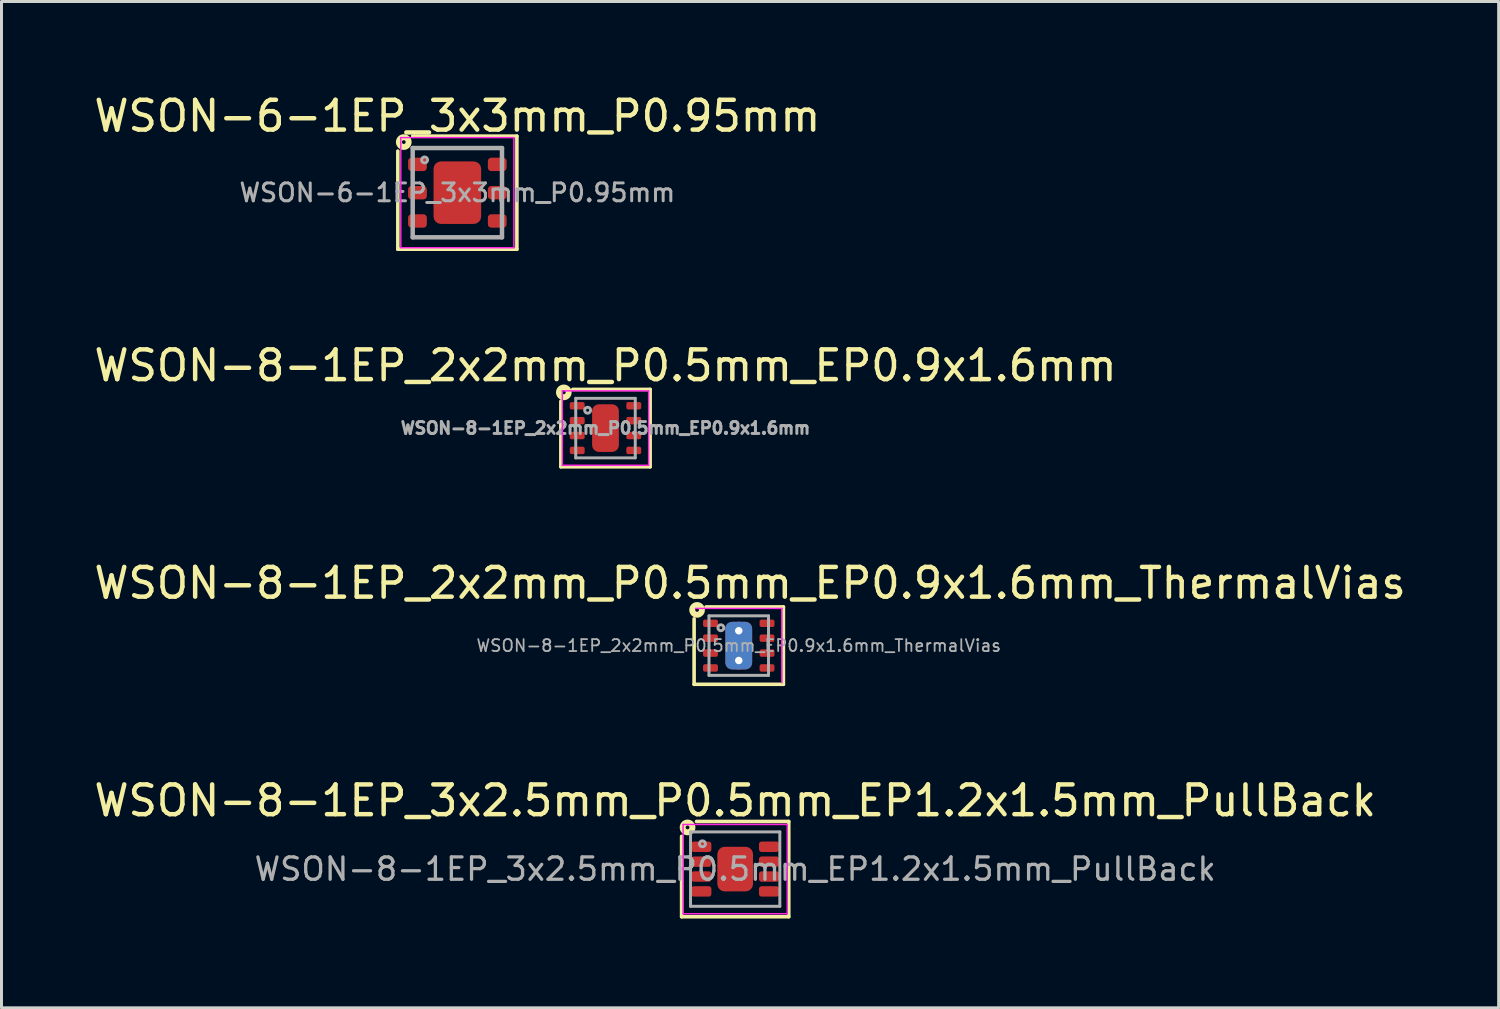
<source format=kicad_pcb>
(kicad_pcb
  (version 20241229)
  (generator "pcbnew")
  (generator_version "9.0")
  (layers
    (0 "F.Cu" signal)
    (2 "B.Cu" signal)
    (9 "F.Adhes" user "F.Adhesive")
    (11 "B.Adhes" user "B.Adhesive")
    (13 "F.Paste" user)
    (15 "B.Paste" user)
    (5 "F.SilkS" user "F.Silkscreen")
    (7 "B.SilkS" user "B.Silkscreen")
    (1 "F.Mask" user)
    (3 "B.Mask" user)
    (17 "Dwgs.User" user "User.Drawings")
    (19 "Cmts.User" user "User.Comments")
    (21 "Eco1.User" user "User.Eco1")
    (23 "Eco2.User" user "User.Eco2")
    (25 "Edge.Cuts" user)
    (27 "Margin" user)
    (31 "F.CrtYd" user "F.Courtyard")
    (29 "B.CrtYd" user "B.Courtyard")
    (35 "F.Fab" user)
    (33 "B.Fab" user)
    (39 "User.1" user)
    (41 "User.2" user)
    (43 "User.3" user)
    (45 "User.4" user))
  (footprint "WSON-8-1EP_2x2mm_P0.5mm_EP0.9x1.6mm_ThermalVias"
    (layer "F.Cu")
    (at 21.769 18.64)
    (property "Reference" "WSON-8-1EP_2x2mm_P0.5mm_EP0.9x1.6mm_ThermalVias" (at 0.38 -2.1 0) (layer "F.SilkS") (effects (font (size 1 1) (thickness 0.15))))
    (attr smd)
    (fp_line (start -1.5 1.3) (end -1.5 -0.9) (stroke (width 0.12) (type solid)) (layer "F.SilkS"))
    (fp_line (start -1.1 -1.3) (end 1.5 -1.3) (stroke (width 0.12) (type solid)) (layer "F.SilkS"))
    (fp_line (start 1.5 -1.3) (end 1.5 1.3) (stroke (width 0.12) (type solid)) (layer "F.SilkS"))
    (fp_line (start 1.5 1.3) (end -1.5 1.3) (stroke (width 0.12) (type solid)) (layer "F.SilkS"))
    (fp_circle (center -1.4 -1.2) (end -1.337 -1.2) (stroke (width 0.2) (type solid)) (fill no) (layer "F.SilkS"))
    (fp_line (start -1.45 -1.25) (end 1.45 -1.25) (stroke (width 0.05) (type solid)) (layer "F.CrtYd"))
    (fp_line (start 1.45 -1.25) (end 1.45 1.25) (stroke (width 0.05) (type solid)) (layer "F.CrtYd"))
    (fp_line (start -1 -1) (end 1 -1) (stroke (width 0.1) (type solid)) (layer "F.Fab"))
    (fp_line (start -1 1) (end -1 -1) (stroke (width 0.1) (type solid)) (layer "F.Fab"))
    (fp_line (start 1 -1) (end 1 1) (stroke (width 0.1) (type solid)) (layer "F.Fab"))
    (fp_line (start 1 1) (end -1 1) (stroke (width 0.1) (type solid)) (layer "F.Fab"))
    (fp_circle (center -0.6 -0.6) (end -0.5 -0.6) (stroke (width 0.1) (type solid)) (fill no) (layer "F.Fab"))
    (fp_text user "${REFERENCE}" (at 0 0 0) (layer "F.Fab") (effects (font (size 0.4 0.4) (thickness 0.06))))
    (pad "" smd roundrect (at 0 -0.4) (size 0.75 0.65) (layers "F.Paste") (roundrect_rratio 0.25))
    (pad "" smd roundrect (at 0 0.4) (size 0.75 0.65) (layers "F.Paste") (roundrect_rratio 0.25))
    (pad "1" smd roundrect (at -0.95 -0.75) (size 0.5 0.25) (layers "F.Cu" "F.Mask" "F.Paste") (roundrect_rratio 0.25))
    (pad "2" smd roundrect (at -0.95 -0.25) (size 0.5 0.25) (layers "F.Cu" "F.Mask" "F.Paste") (roundrect_rratio 0.25))
    (pad "3" smd roundrect (at -0.95 0.25) (size 0.5 0.25) (layers "F.Cu" "F.Mask" "F.Paste") (roundrect_rratio 0.25))
    (pad "4" smd roundrect (at -0.95 0.75) (size 0.5 0.25) (layers "F.Cu" "F.Mask" "F.Paste") (roundrect_rratio 0.25))
    (pad "5" smd roundrect (at 0.95 0.75) (size 0.5 0.25) (layers "F.Cu" "F.Mask" "F.Paste") (roundrect_rratio 0.25))
    (pad "6" smd roundrect (at 0.95 0.25) (size 0.5 0.25) (layers "F.Cu" "F.Mask" "F.Paste") (roundrect_rratio 0.25))
    (pad "7" smd roundrect (at 0.95 -0.25) (size 0.5 0.25) (layers "F.Cu" "F.Mask" "F.Paste") (roundrect_rratio 0.25))
    (pad "8" smd roundrect (at 0.95 -0.75) (size 0.5 0.25) (layers "F.Cu" "F.Mask" "F.Paste") (roundrect_rratio 0.25))
    (pad "9" thru_hole circle (at 0 -0.5) (size 0.6 0.6) (drill 0.25) (property pad_prop_heatsink) (layers "*.Cu"))
    (pad "9" smd roundrect (at 0 0) (size 0.9 1.6) (layers "F.Cu" "F.Mask") (roundrect_rratio 0.25))
    (pad "9" smd roundrect (at 0 0) (size 0.9 1.6) (layers "B.Cu" "B.Mask") (roundrect_rratio 0.25))
    (pad "9" thru_hole circle (at 0 0.5) (size 0.6 0.6) (drill 0.25) (property pad_prop_heatsink) (layers "*.Cu")))
  (footprint "WSON-6-1EP_3x3mm_P0.95mm"
    (layer "F.Cu")
    (at 12.315 3.423)
    (property "Reference" "WSON-6-1EP_3x3mm_P0.95mm" (at 0 -2.575 0) (layer "F.SilkS") (effects (font (size 1 1) (thickness 0.15))))
    (attr smd)
    (fp_line (start -2 1.9) (end -2 -1.397) (stroke (width 0.12) (type solid)) (layer "F.SilkS"))
    (fp_line (start -1.5 -1.9) (end 2 -1.9) (stroke (width 0.12) (type solid)) (layer "F.SilkS"))
    (fp_line (start 2 -1.9) (end 2 1.9) (stroke (width 0.12) (type solid)) (layer "F.SilkS"))
    (fp_line (start 2 1.9) (end -2 1.9) (stroke (width 0.12) (type solid)) (layer "F.SilkS"))
    (fp_circle (center -1.8 -1.7) (end -1.736 -1.7) (stroke (width 0.2) (type solid)) (fill no) (layer "F.SilkS"))
    (fp_line (start -1.9 -1.85) (end -1.9 1.85) (stroke (width 0.05) (type solid)) (layer "F.CrtYd"))
    (fp_line (start -1.9 -1.85) (end 1.9 -1.85) (stroke (width 0.05) (type solid)) (layer "F.CrtYd"))
    (fp_line (start -1.9 1.85) (end 1.9 1.85) (stroke (width 0.05) (type solid)) (layer "F.CrtYd"))
    (fp_line (start 1.9 -1.85) (end 1.9 1.85) (stroke (width 0.05) (type solid)) (layer "F.CrtYd"))
    (fp_line (start -1.5 -1.5) (end 1.5 -1.5) (stroke (width 0.15) (type solid)) (layer "F.Fab"))
    (fp_line (start -1.5 1.5) (end -1.5 -1.5) (stroke (width 0.15) (type solid)) (layer "F.Fab"))
    (fp_line (start 1.5 -1.5) (end 1.5 1.5) (stroke (width 0.15) (type solid)) (layer "F.Fab"))
    (fp_line (start 1.5 1.5) (end -1.5 1.5) (stroke (width 0.15) (type solid)) (layer "F.Fab"))
    (fp_circle (center -1.1 -1.1) (end -1 -1.1) (stroke (width 0.1) (type solid)) (fill no) (layer "F.Fab"))
    (fp_text user "${REFERENCE}" (at 0 0 0) (layer "F.Fab") (effects (font (size 0.6 0.6) (thickness 0.1))))
    (pad "" smd roundrect (at -0.4 -0.5 90) (size 0.8 0.6) (layers "F.Paste") (roundrect_rratio 0.25))
    (pad "" smd roundrect (at -0.4 0.5 90) (size 0.8 0.6) (layers "F.Paste") (roundrect_rratio 0.25))
    (pad "" smd roundrect (at 0.4 -0.5 90) (size 0.8 0.6) (layers "F.Paste") (roundrect_rratio 0.25))
    (pad "" smd roundrect (at 0.4 0.5 90) (size 0.8 0.6) (layers "F.Paste") (roundrect_rratio 0.25))
    (pad "1" smd roundrect (at -1.34 -0.95) (size 0.63 0.45) (layers "F.Cu" "F.Mask" "F.Paste") (roundrect_rratio 0.25))
    (pad "2" smd roundrect (at -1.34 0) (size 0.63 0.45) (layers "F.Cu" "F.Mask" "F.Paste") (roundrect_rratio 0.25))
    (pad "3" smd roundrect (at -1.34 0.95) (size 0.63 0.45) (layers "F.Cu" "F.Mask" "F.Paste") (roundrect_rratio 0.25))
    (pad "4" smd roundrect (at 1.34 0.95) (size 0.63 0.45) (layers "F.Cu" "F.Mask" "F.Paste") (roundrect_rratio 0.25))
    (pad "5" smd roundrect (at 1.34 0) (size 0.63 0.45) (layers "F.Cu" "F.Mask" "F.Paste") (roundrect_rratio 0.25))
    (pad "6" smd roundrect (at 1.34 -0.95) (size 0.63 0.45) (layers "F.Cu" "F.Mask" "F.Paste") (roundrect_rratio 0.25))
    (pad "7" smd roundrect (at 0 0 90) (size 2.1 1.6) (layers "F.Cu" "F.Mask") (roundrect_rratio 0.156)))
  (footprint "WSON-8-1EP_3x2.5mm_P0.5mm_EP1.2x1.5mm_PullBack"
    (layer "F.Cu")
    (at 21.649 26.148)
    (property "Reference" "WSON-8-1EP_3x2.5mm_P0.5mm_EP1.2x1.5mm_PullBack" (at 0 -2.3 0) (layer "F.SilkS") (effects (font (size 1 1) (thickness 0.15))))
    (attr smd)
    (fp_line (start -1.8 1.6) (end -1.8 -1.1) (stroke (width 0.12) (type solid)) (layer "F.SilkS"))
    (fp_line (start -1.3 -1.6) (end 1.8 -1.6) (stroke (width 0.12) (type solid)) (layer "F.SilkS"))
    (fp_line (start 1.8 -1.6) (end 1.8 1.6) (stroke (width 0.12) (type solid)) (layer "F.SilkS"))
    (fp_line (start 1.8 1.6) (end -1.8 1.6) (stroke (width 0.12) (type solid)) (layer "F.SilkS"))
    (fp_circle (center -1.6 -1.4) (end -1.536 -1.4) (stroke (width 0.2) (type solid)) (fill no) (layer "F.SilkS"))
    (fp_line (start -1.75 -1.5) (end -1.75 1.5) (stroke (width 0.05) (type solid)) (layer "F.CrtYd"))
    (fp_line (start -1.75 1.5) (end 1.75 1.5) (stroke (width 0.05) (type solid)) (layer "F.CrtYd"))
    (fp_line (start 1.75 -1.5) (end -1.75 -1.5) (stroke (width 0.05) (type solid)) (layer "F.CrtYd"))
    (fp_line (start 1.75 1.5) (end 1.75 -1.5) (stroke (width 0.05) (type solid)) (layer "F.CrtYd"))
    (fp_line (start -1.5 -1.25) (end 1.5 -1.25) (stroke (width 0.1) (type solid)) (layer "F.Fab"))
    (fp_line (start -1.5 1.25) (end -1.5 -1.25) (stroke (width 0.1) (type solid)) (layer "F.Fab"))
    (fp_line (start 1.5 -1.25) (end 1.5 1.25) (stroke (width 0.1) (type solid)) (layer "F.Fab"))
    (fp_line (start 1.5 1.25) (end -1.5 1.25) (stroke (width 0.1) (type solid)) (layer "F.Fab"))
    (fp_circle (center -1.1 -0.85) (end -1 -0.85) (stroke (width 0.1) (type solid)) (fill no) (layer "F.Fab"))
    (fp_text user "${REFERENCE}" (at 0 0 0) (layer "F.Fab") (effects (font (size 0.75 0.75) (thickness 0.11))))
    (pad "" smd roundrect (at -0.3 -0.375) (size 0.48 0.6) (layers "F.Paste") (roundrect_rratio 0.25))
    (pad "" smd roundrect (at -0.3 0.375) (size 0.48 0.6) (layers "F.Paste") (roundrect_rratio 0.25))
    (pad "" smd roundrect (at 0.3 -0.375) (size 0.48 0.6) (layers "F.Paste") (roundrect_rratio 0.25))
    (pad "" smd roundrect (at 0.3 0.375) (size 0.48 0.6) (layers "F.Paste") (roundrect_rratio 0.25))
    (pad "1" smd roundrect (at -1.137 -0.75) (size 0.675 0.35) (layers "F.Cu" "F.Mask" "F.Paste") (roundrect_rratio 0.25))
    (pad "2" smd roundrect (at -1.137 -0.25) (size 0.675 0.35) (layers "F.Cu" "F.Mask" "F.Paste") (roundrect_rratio 0.25))
    (pad "3" smd roundrect (at -1.137 0.25) (size 0.675 0.35) (layers "F.Cu" "F.Mask" "F.Paste") (roundrect_rratio 0.25))
    (pad "4" smd roundrect (at -1.137 0.75) (size 0.675 0.35) (layers "F.Cu" "F.Mask" "F.Paste") (roundrect_rratio 0.25))
    (pad "5" smd roundrect (at 1.137 0.75) (size 0.675 0.35) (layers "F.Cu" "F.Mask" "F.Paste") (roundrect_rratio 0.25))
    (pad "6" smd roundrect (at 1.137 0.25) (size 0.675 0.35) (layers "F.Cu" "F.Mask" "F.Paste") (roundrect_rratio 0.25))
    (pad "7" smd roundrect (at 1.137 -0.25) (size 0.675 0.35) (layers "F.Cu" "F.Mask" "F.Paste") (roundrect_rratio 0.25))
    (pad "8" smd roundrect (at 1.137 -0.75) (size 0.675 0.35) (layers "F.Cu" "F.Mask" "F.Paste") (roundrect_rratio 0.25))
    (pad "9" smd roundrect (at 0 0) (size 1.2 1.5) (layers "F.Cu" "F.Mask") (roundrect_rratio 0.208)))
  (footprint "WSON-8-1EP_2x2mm_P0.5mm_EP0.9x1.6mm"
    (layer "F.Cu")
    (at 17.292 11.332)
    (property "Reference" "WSON-8-1EP_2x2mm_P0.5mm_EP0.9x1.6mm" (at 0 -2.1 0) (layer "F.SilkS") (effects (font (size 1 1) (thickness 0.15))))
    (attr smd)
    (fp_line (start -1.5 1.3) (end -1.5 -0.9) (stroke (width 0.12) (type solid)) (layer "F.SilkS"))
    (fp_line (start -1.1 -1.3) (end 1.5 -1.3) (stroke (width 0.12) (type solid)) (layer "F.SilkS"))
    (fp_line (start 1.5 -1.3) (end 1.5 1.3) (stroke (width 0.12) (type solid)) (layer "F.SilkS"))
    (fp_line (start 1.5 1.3) (end -1.5 1.3) (stroke (width 0.12) (type solid)) (layer "F.SilkS"))
    (fp_circle (center -1.4 -1.2) (end -1.337 -1.2) (stroke (width 0.2) (type solid)) (fill no) (layer "F.SilkS"))
    (fp_line (start -1.45 -1.25) (end -1.45 1.25) (stroke (width 0.05) (type solid)) (layer "F.CrtYd"))
    (fp_line (start -1.45 -1.25) (end 1.45 -1.25) (stroke (width 0.05) (type solid)) (layer "F.CrtYd"))
    (fp_line (start -1.45 1.25) (end 1.45 1.25) (stroke (width 0.05) (type solid)) (layer "F.CrtYd"))
    (fp_line (start 1.45 -1.25) (end 1.45 1.25) (stroke (width 0.05) (type solid)) (layer "F.CrtYd"))
    (fp_line (start -1 -1) (end 1 -1) (stroke (width 0.1) (type solid)) (layer "F.Fab"))
    (fp_line (start -1 1) (end -1 -1) (stroke (width 0.1) (type solid)) (layer "F.Fab"))
    (fp_line (start 1 -1) (end 1 1) (stroke (width 0.1) (type solid)) (layer "F.Fab"))
    (fp_line (start 1 1) (end -1 1) (stroke (width 0.1) (type solid)) (layer "F.Fab"))
    (fp_circle (center -0.6 -0.6) (end -0.5 -0.6) (stroke (width 0.1) (type solid)) (fill no) (layer "F.Fab"))
    (fp_text user "${REFERENCE}" (at 0 0 0) (layer "F.Fab") (effects (font (size 0.4 0.4) (thickness 0.15))))
    (pad "" smd roundrect (at 0 -0.4) (size 0.75 0.65) (layers "F.Paste") (roundrect_rratio 0.25))
    (pad "" smd roundrect (at 0 0.4) (size 0.75 0.65) (layers "F.Paste") (roundrect_rratio 0.25))
    (pad "1" smd roundrect (at -0.95 -0.75) (size 0.5 0.25) (layers "F.Cu" "F.Mask" "F.Paste") (roundrect_rratio 0.25))
    (pad "2" smd roundrect (at -0.95 -0.25) (size 0.5 0.25) (layers "F.Cu" "F.Mask" "F.Paste") (roundrect_rratio 0.25))
    (pad "3" smd roundrect (at -0.95 0.25) (size 0.5 0.25) (layers "F.Cu" "F.Mask" "F.Paste") (roundrect_rratio 0.25))
    (pad "4" smd roundrect (at -0.95 0.75) (size 0.5 0.25) (layers "F.Cu" "F.Mask" "F.Paste") (roundrect_rratio 0.25))
    (pad "5" smd roundrect (at 0.95 0.75) (size 0.5 0.25) (layers "F.Cu" "F.Mask" "F.Paste") (roundrect_rratio 0.25))
    (pad "6" smd roundrect (at 0.95 0.25) (size 0.5 0.25) (layers "F.Cu" "F.Mask" "F.Paste") (roundrect_rratio 0.25))
    (pad "7" smd roundrect (at 0.95 -0.25) (size 0.5 0.25) (layers "F.Cu" "F.Mask" "F.Paste") (roundrect_rratio 0.25))
    (pad "8" smd roundrect (at 0.95 -0.75) (size 0.5 0.25) (layers "F.Cu" "F.Mask" "F.Paste") (roundrect_rratio 0.25))
    (pad "9" smd roundrect (at 0 0) (size 0.9 1.6) (layers "F.Cu" "F.Mask") (roundrect_rratio 0.25)))
  (gr_rect
    (start -3 -3)
    (end 47.298 30.808)
    (stroke (width 0.1) (type default))
    (fill no)
    (layer "Edge.Cuts")))
</source>
